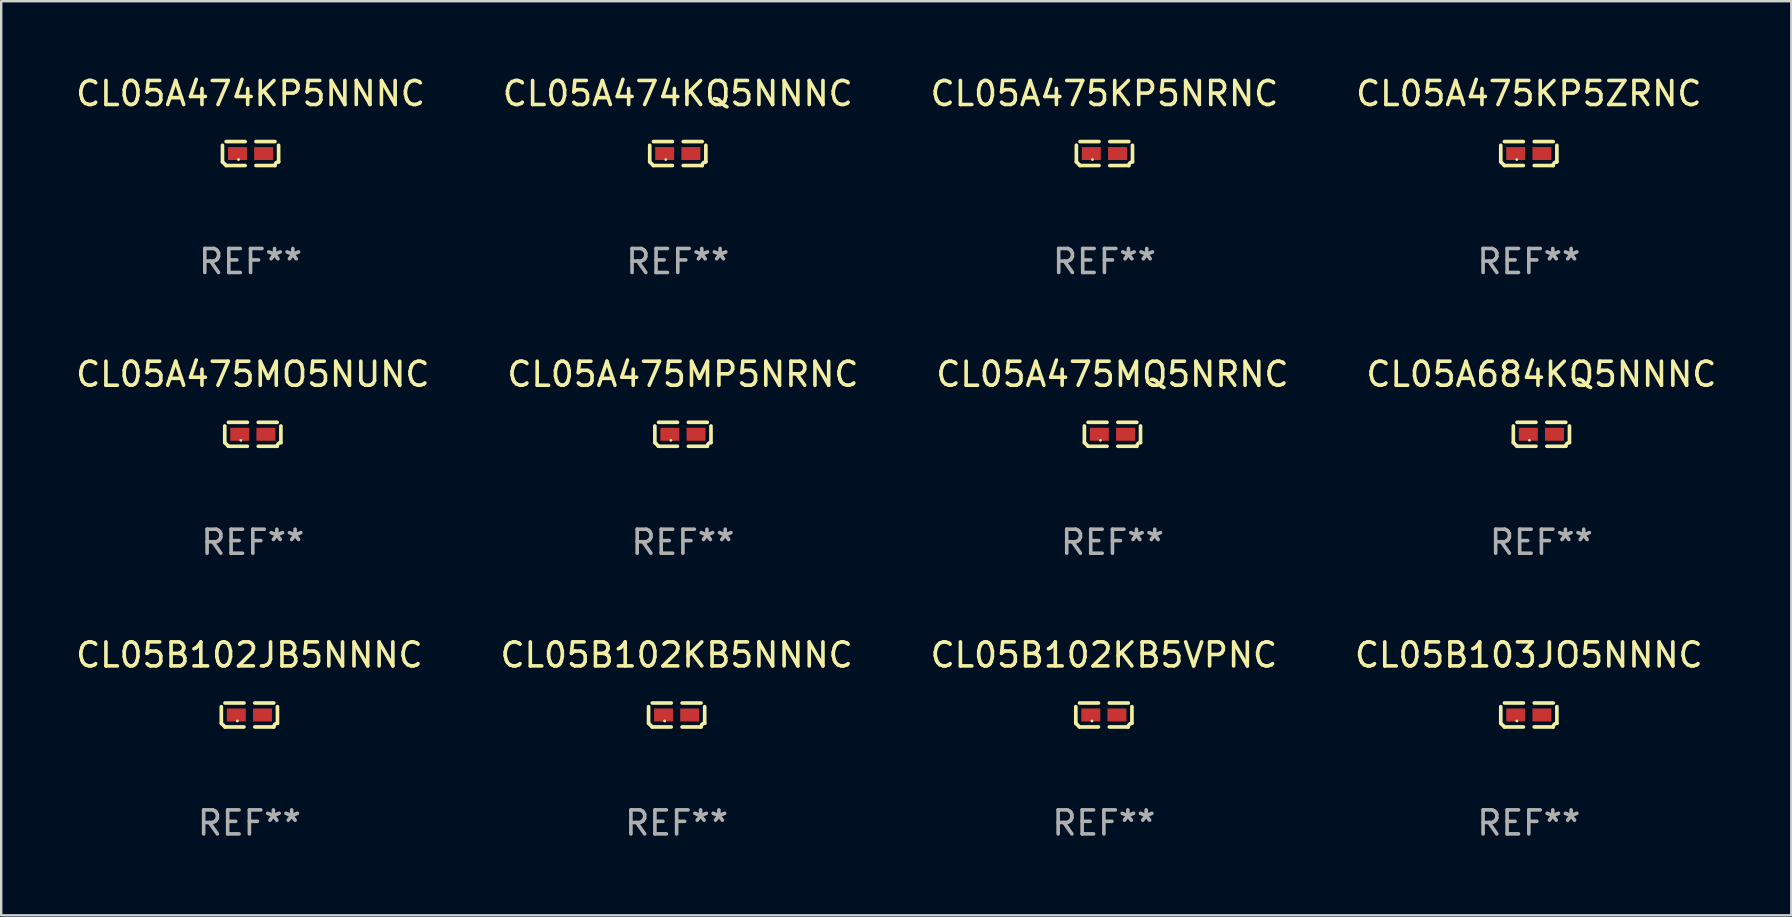
<source format=kicad_pcb>
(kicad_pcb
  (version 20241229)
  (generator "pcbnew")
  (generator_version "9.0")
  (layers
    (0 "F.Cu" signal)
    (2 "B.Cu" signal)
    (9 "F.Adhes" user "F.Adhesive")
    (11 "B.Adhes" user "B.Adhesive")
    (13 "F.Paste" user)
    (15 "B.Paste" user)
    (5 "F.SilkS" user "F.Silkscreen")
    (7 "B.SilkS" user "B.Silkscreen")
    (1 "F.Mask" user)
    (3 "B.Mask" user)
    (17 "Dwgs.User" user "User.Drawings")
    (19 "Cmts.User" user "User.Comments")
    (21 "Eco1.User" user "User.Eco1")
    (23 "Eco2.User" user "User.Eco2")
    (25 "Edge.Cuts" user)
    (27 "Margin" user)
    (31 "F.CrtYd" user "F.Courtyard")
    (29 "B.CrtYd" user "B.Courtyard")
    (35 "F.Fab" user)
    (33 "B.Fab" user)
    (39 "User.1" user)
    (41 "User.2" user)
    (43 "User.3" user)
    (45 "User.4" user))
  (footprint "CL05A475KP5NRNC"
    (layer "F.Cu")
    (at 42.958 3.347)
    (property "Reference" "CL05A475KP5NRNC" (at 0 -2.499 0) (layer "F.SilkS") (effects (font (size 1 1) (thickness 0.15))))
    (attr through_hole)
    (fp_line (start -1.169 0.346) (end -1.169 -0.346) (stroke (width 0.152) (type solid)) (layer "F.SilkS"))
    (fp_line (start -1.016 -0.499) (end -0.226 -0.499) (stroke (width 0.152) (type solid)) (layer "F.SilkS"))
    (fp_line (start -0.226 0.499) (end -1.016 0.499) (stroke (width 0.152) (type solid)) (layer "F.SilkS"))
    (fp_line (start 0.226 0.499) (end 1.016 0.499) (stroke (width 0.152) (type solid)) (layer "F.SilkS"))
    (fp_line (start 1.016 -0.499) (end 0.226 -0.499) (stroke (width 0.152) (type solid)) (layer "F.SilkS"))
    (fp_line (start 1.169 0.346) (end 1.169 -0.346) (stroke (width 0.152) (type solid)) (layer "F.SilkS"))
    (fp_arc (start -1.016307 0.498603) (mid -1.092512 0.422405) (end -1.16871 0.3462) (stroke (width 0.1524) (type solid)) (layer "F.SilkS"))
    (fp_arc (start 1.016307 0.498603) (mid 1.060899 0.390758) (end 1.168707 0.346076) (stroke (width 0.1524) (type solid)) (layer "F.SilkS"))
    (fp_circle (center -0.5 0.25) (end -0.47 0.25) (stroke (width 0.06) (type solid)) (fill no) (layer "F.SilkS"))
    (fp_text user "REF**" (at 0 4.499 0) (layer "F.Fab") (effects (font (size 1 1) (thickness 0.15))))
    (pad "1" smd rect (at -0.545 0) (size 0.79 0.54) (layers "F.Cu" "F.Mask" "F.Paste"))
    (pad "2" smd rect (at 0.545 0) (size 0.79 0.54) (layers "F.Cu" "F.Mask" "F.Paste")))
  (footprint "CL05A475KP5ZRNC"
    (layer "F.Cu")
    (at 60.637 3.347)
    (property "Reference" "CL05A475KP5ZRNC" (at 0 -2.499 0) (layer "F.SilkS") (effects (font (size 1 1) (thickness 0.15))))
    (attr through_hole)
    (fp_line (start -1.169 0.346) (end -1.169 -0.346) (stroke (width 0.152) (type solid)) (layer "F.SilkS"))
    (fp_line (start -1.016 -0.499) (end -0.226 -0.499) (stroke (width 0.152) (type solid)) (layer "F.SilkS"))
    (fp_line (start -0.226 0.499) (end -1.016 0.499) (stroke (width 0.152) (type solid)) (layer "F.SilkS"))
    (fp_line (start 0.226 0.499) (end 1.016 0.499) (stroke (width 0.152) (type solid)) (layer "F.SilkS"))
    (fp_line (start 1.016 -0.499) (end 0.226 -0.499) (stroke (width 0.152) (type solid)) (layer "F.SilkS"))
    (fp_line (start 1.169 0.346) (end 1.169 -0.346) (stroke (width 0.152) (type solid)) (layer "F.SilkS"))
    (fp_arc (start -1.016307 0.498603) (mid -1.092512 0.422405) (end -1.16871 0.3462) (stroke (width 0.1524) (type solid)) (layer "F.SilkS"))
    (fp_arc (start 1.016307 0.498603) (mid 1.060899 0.390758) (end 1.168707 0.346076) (stroke (width 0.1524) (type solid)) (layer "F.SilkS"))
    (fp_circle (center -0.5 0.25) (end -0.47 0.25) (stroke (width 0.06) (type solid)) (fill no) (layer "F.SilkS"))
    (fp_text user "REF**" (at 0 4.499 0) (layer "F.Fab") (effects (font (size 1 1) (thickness 0.15))))
    (pad "1" smd rect (at -0.545 0) (size 0.79 0.54) (layers "F.Cu" "F.Mask" "F.Paste"))
    (pad "2" smd rect (at 0.545 0) (size 0.79 0.54) (layers "F.Cu" "F.Mask" "F.Paste")))
  (footprint "CL05B103JO5NNNC"
    (layer "F.Cu")
    (at 60.637 26.734)
    (property "Reference" "CL05B103JO5NNNC" (at 0 -2.499 0) (layer "F.SilkS") (effects (font (size 1 1) (thickness 0.15))))
    (attr through_hole)
    (fp_line (start -1.169 0.346) (end -1.169 -0.346) (stroke (width 0.152) (type solid)) (layer "F.SilkS"))
    (fp_line (start -1.016 -0.499) (end -0.226 -0.499) (stroke (width 0.152) (type solid)) (layer "F.SilkS"))
    (fp_line (start -0.226 0.499) (end -1.016 0.499) (stroke (width 0.152) (type solid)) (layer "F.SilkS"))
    (fp_line (start 0.226 0.499) (end 1.016 0.499) (stroke (width 0.152) (type solid)) (layer "F.SilkS"))
    (fp_line (start 1.016 -0.499) (end 0.226 -0.499) (stroke (width 0.152) (type solid)) (layer "F.SilkS"))
    (fp_line (start 1.169 0.346) (end 1.169 -0.346) (stroke (width 0.152) (type solid)) (layer "F.SilkS"))
    (fp_arc (start -1.016307 0.498603) (mid -1.092512 0.422405) (end -1.16871 0.3462) (stroke (width 0.1524) (type solid)) (layer "F.SilkS"))
    (fp_arc (start 1.016307 0.498603) (mid 1.060899 0.390758) (end 1.168707 0.346076) (stroke (width 0.1524) (type solid)) (layer "F.SilkS"))
    (fp_circle (center -0.5 0.25) (end -0.47 0.25) (stroke (width 0.06) (type solid)) (fill no) (layer "F.SilkS"))
    (fp_text user "REF**" (at 0 4.499 0) (layer "F.Fab") (effects (font (size 1 1) (thickness 0.15))))
    (pad "1" smd rect (at -0.545 0) (size 0.79 0.54) (layers "F.Cu" "F.Mask" "F.Paste"))
    (pad "2" smd rect (at 0.545 0) (size 0.79 0.54) (layers "F.Cu" "F.Mask" "F.Paste")))
  (footprint "CL05A475MP5NRNC"
    (layer "F.Cu")
    (at 25.399 15.041)
    (property "Reference" "CL05A475MP5NRNC" (at 0 -2.499 0) (layer "F.SilkS") (effects (font (size 1 1) (thickness 0.15))))
    (attr through_hole)
    (fp_line (start -1.169 0.346) (end -1.169 -0.346) (stroke (width 0.152) (type solid)) (layer "F.SilkS"))
    (fp_line (start -1.016 -0.499) (end -0.226 -0.499) (stroke (width 0.152) (type solid)) (layer "F.SilkS"))
    (fp_line (start -0.226 0.499) (end -1.016 0.499) (stroke (width 0.152) (type solid)) (layer "F.SilkS"))
    (fp_line (start 0.226 0.499) (end 1.016 0.499) (stroke (width 0.152) (type solid)) (layer "F.SilkS"))
    (fp_line (start 1.016 -0.499) (end 0.226 -0.499) (stroke (width 0.152) (type solid)) (layer "F.SilkS"))
    (fp_line (start 1.169 0.346) (end 1.169 -0.346) (stroke (width 0.152) (type solid)) (layer "F.SilkS"))
    (fp_arc (start -1.016307 0.498603) (mid -1.092512 0.422405) (end -1.16871 0.3462) (stroke (width 0.1524) (type solid)) (layer "F.SilkS"))
    (fp_arc (start 1.016307 0.498603) (mid 1.060899 0.390758) (end 1.168707 0.346076) (stroke (width 0.1524) (type solid)) (layer "F.SilkS"))
    (fp_circle (center -0.5 0.25) (end -0.47 0.25) (stroke (width 0.06) (type solid)) (fill no) (layer "F.SilkS"))
    (fp_text user "REF**" (at 0 4.499 0) (layer "F.Fab") (effects (font (size 1 1) (thickness 0.15))))
    (pad "1" smd rect (at -0.545 0) (size 0.79 0.54) (layers "F.Cu" "F.Mask" "F.Paste"))
    (pad "2" smd rect (at 0.545 0) (size 0.79 0.54) (layers "F.Cu" "F.Mask" "F.Paste")))
  (footprint "CL05A684KQ5NNNC"
    (layer "F.Cu")
    (at 61.161 15.041)
    (property "Reference" "CL05A684KQ5NNNC" (at 0 -2.499 0) (layer "F.SilkS") (effects (font (size 1 1) (thickness 0.15))))
    (attr through_hole)
    (fp_line (start -1.169 0.346) (end -1.169 -0.346) (stroke (width 0.152) (type solid)) (layer "F.SilkS"))
    (fp_line (start -1.016 -0.499) (end -0.226 -0.499) (stroke (width 0.152) (type solid)) (layer "F.SilkS"))
    (fp_line (start -0.226 0.499) (end -1.016 0.499) (stroke (width 0.152) (type solid)) (layer "F.SilkS"))
    (fp_line (start 0.226 0.499) (end 1.016 0.499) (stroke (width 0.152) (type solid)) (layer "F.SilkS"))
    (fp_line (start 1.016 -0.499) (end 0.226 -0.499) (stroke (width 0.152) (type solid)) (layer "F.SilkS"))
    (fp_line (start 1.169 0.346) (end 1.169 -0.346) (stroke (width 0.152) (type solid)) (layer "F.SilkS"))
    (fp_arc (start -1.016307 0.498603) (mid -1.092512 0.422405) (end -1.16871 0.3462) (stroke (width 0.1524) (type solid)) (layer "F.SilkS"))
    (fp_arc (start 1.016307 0.498603) (mid 1.060899 0.390758) (end 1.168707 0.346076) (stroke (width 0.1524) (type solid)) (layer "F.SilkS"))
    (fp_circle (center -0.5 0.25) (end -0.47 0.25) (stroke (width 0.06) (type solid)) (fill no) (layer "F.SilkS"))
    (fp_text user "REF**" (at 0 4.499 0) (layer "F.Fab") (effects (font (size 1 1) (thickness 0.15))))
    (pad "1" smd rect (at -0.545 0) (size 0.79 0.54) (layers "F.Cu" "F.Mask" "F.Paste"))
    (pad "2" smd rect (at 0.545 0) (size 0.79 0.54) (layers "F.Cu" "F.Mask" "F.Paste")))
  (footprint "CL05A475MQ5NRNC"
    (layer "F.Cu")
    (at 43.292 15.041)
    (property "Reference" "CL05A475MQ5NRNC" (at 0 -2.499 0) (layer "F.SilkS") (effects (font (size 1 1) (thickness 0.15))))
    (attr through_hole)
    (fp_line (start -1.169 0.346) (end -1.169 -0.346) (stroke (width 0.152) (type solid)) (layer "F.SilkS"))
    (fp_line (start -1.016 -0.499) (end -0.226 -0.499) (stroke (width 0.152) (type solid)) (layer "F.SilkS"))
    (fp_line (start -0.226 0.499) (end -1.016 0.499) (stroke (width 0.152) (type solid)) (layer "F.SilkS"))
    (fp_line (start 0.226 0.499) (end 1.016 0.499) (stroke (width 0.152) (type solid)) (layer "F.SilkS"))
    (fp_line (start 1.016 -0.499) (end 0.226 -0.499) (stroke (width 0.152) (type solid)) (layer "F.SilkS"))
    (fp_line (start 1.169 0.346) (end 1.169 -0.346) (stroke (width 0.152) (type solid)) (layer "F.SilkS"))
    (fp_arc (start -1.016307 0.498603) (mid -1.092512 0.422405) (end -1.16871 0.3462) (stroke (width 0.1524) (type solid)) (layer "F.SilkS"))
    (fp_arc (start 1.016307 0.498603) (mid 1.060899 0.390758) (end 1.168707 0.346076) (stroke (width 0.1524) (type solid)) (layer "F.SilkS"))
    (fp_circle (center -0.5 0.25) (end -0.47 0.25) (stroke (width 0.06) (type solid)) (fill no) (layer "F.SilkS"))
    (fp_text user "REF**" (at 0 4.499 0) (layer "F.Fab") (effects (font (size 1 1) (thickness 0.15))))
    (pad "1" smd rect (at -0.545 0) (size 0.79 0.54) (layers "F.Cu" "F.Mask" "F.Paste"))
    (pad "2" smd rect (at 0.545 0) (size 0.79 0.54) (layers "F.Cu" "F.Mask" "F.Paste")))
  (footprint "CL05B102KB5NNNC"
    (layer "F.Cu")
    (at 25.137 26.734)
    (property "Reference" "CL05B102KB5NNNC" (at 0 -2.499 0) (layer "F.SilkS") (effects (font (size 1 1) (thickness 0.15))))
    (attr through_hole)
    (fp_line (start -1.169 0.346) (end -1.169 -0.346) (stroke (width 0.152) (type solid)) (layer "F.SilkS"))
    (fp_line (start -1.016 -0.499) (end -0.226 -0.499) (stroke (width 0.152) (type solid)) (layer "F.SilkS"))
    (fp_line (start -0.226 0.499) (end -1.016 0.499) (stroke (width 0.152) (type solid)) (layer "F.SilkS"))
    (fp_line (start 0.226 0.499) (end 1.016 0.499) (stroke (width 0.152) (type solid)) (layer "F.SilkS"))
    (fp_line (start 1.016 -0.499) (end 0.226 -0.499) (stroke (width 0.152) (type solid)) (layer "F.SilkS"))
    (fp_line (start 1.169 0.346) (end 1.169 -0.346) (stroke (width 0.152) (type solid)) (layer "F.SilkS"))
    (fp_arc (start -1.016307 0.498603) (mid -1.092512 0.422405) (end -1.16871 0.3462) (stroke (width 0.1524) (type solid)) (layer "F.SilkS"))
    (fp_arc (start 1.016307 0.498603) (mid 1.060899 0.390758) (end 1.168707 0.346076) (stroke (width 0.1524) (type solid)) (layer "F.SilkS"))
    (fp_circle (center -0.5 0.25) (end -0.47 0.25) (stroke (width 0.06) (type solid)) (fill no) (layer "F.SilkS"))
    (fp_text user "REF**" (at 0 4.499 0) (layer "F.Fab") (effects (font (size 1 1) (thickness 0.15))))
    (pad "1" smd rect (at -0.545 0) (size 0.79 0.54) (layers "F.Cu" "F.Mask" "F.Paste"))
    (pad "2" smd rect (at 0.545 0) (size 0.79 0.54) (layers "F.Cu" "F.Mask" "F.Paste")))
  (footprint "CL05A475MO5NUNC"
    (layer "F.Cu")
    (at 7.482 15.041)
    (property "Reference" "CL05A475MO5NUNC" (at 0 -2.499 0) (layer "F.SilkS") (effects (font (size 1 1) (thickness 0.15))))
    (attr through_hole)
    (fp_line (start -1.169 0.346) (end -1.169 -0.346) (stroke (width 0.152) (type solid)) (layer "F.SilkS"))
    (fp_line (start -1.016 -0.499) (end -0.226 -0.499) (stroke (width 0.152) (type solid)) (layer "F.SilkS"))
    (fp_line (start -0.226 0.499) (end -1.016 0.499) (stroke (width 0.152) (type solid)) (layer "F.SilkS"))
    (fp_line (start 0.226 0.499) (end 1.016 0.499) (stroke (width 0.152) (type solid)) (layer "F.SilkS"))
    (fp_line (start 1.016 -0.499) (end 0.226 -0.499) (stroke (width 0.152) (type solid)) (layer "F.SilkS"))
    (fp_line (start 1.169 0.346) (end 1.169 -0.346) (stroke (width 0.152) (type solid)) (layer "F.SilkS"))
    (fp_arc (start -1.016307 0.498603) (mid -1.092512 0.422405) (end -1.16871 0.3462) (stroke (width 0.1524) (type solid)) (layer "F.SilkS"))
    (fp_arc (start 1.016307 0.498603) (mid 1.060899 0.390758) (end 1.168707 0.346076) (stroke (width 0.1524) (type solid)) (layer "F.SilkS"))
    (fp_circle (center -0.5 0.25) (end -0.47 0.25) (stroke (width 0.06) (type solid)) (fill no) (layer "F.SilkS"))
    (fp_text user "REF**" (at 0 4.499 0) (layer "F.Fab") (effects (font (size 1 1) (thickness 0.15))))
    (pad "1" smd rect (at -0.545 0) (size 0.79 0.54) (layers "F.Cu" "F.Mask" "F.Paste"))
    (pad "2" smd rect (at 0.545 0) (size 0.79 0.54) (layers "F.Cu" "F.Mask" "F.Paste")))
  (footprint "CL05A474KP5NNNC"
    (layer "F.Cu")
    (at 7.387 3.347)
    (property "Reference" "CL05A474KP5NNNC" (at 0 -2.499 0) (layer "F.SilkS") (effects (font (size 1 1) (thickness 0.15))))
    (attr through_hole)
    (fp_line (start -1.169 0.346) (end -1.169 -0.346) (stroke (width 0.152) (type solid)) (layer "F.SilkS"))
    (fp_line (start -1.016 -0.499) (end -0.226 -0.499) (stroke (width 0.152) (type solid)) (layer "F.SilkS"))
    (fp_line (start -0.226 0.499) (end -1.016 0.499) (stroke (width 0.152) (type solid)) (layer "F.SilkS"))
    (fp_line (start 0.226 0.499) (end 1.016 0.499) (stroke (width 0.152) (type solid)) (layer "F.SilkS"))
    (fp_line (start 1.016 -0.499) (end 0.226 -0.499) (stroke (width 0.152) (type solid)) (layer "F.SilkS"))
    (fp_line (start 1.169 0.346) (end 1.169 -0.346) (stroke (width 0.152) (type solid)) (layer "F.SilkS"))
    (fp_arc (start -1.016307 0.498603) (mid -1.092512 0.422405) (end -1.16871 0.3462) (stroke (width 0.1524) (type solid)) (layer "F.SilkS"))
    (fp_arc (start 1.016307 0.498603) (mid 1.060899 0.390758) (end 1.168707 0.346076) (stroke (width 0.1524) (type solid)) (layer "F.SilkS"))
    (fp_circle (center -0.5 0.25) (end -0.47 0.25) (stroke (width 0.06) (type solid)) (fill no) (layer "F.SilkS"))
    (fp_text user "REF**" (at 0 4.499 0) (layer "F.Fab") (effects (font (size 1 1) (thickness 0.15))))
    (pad "1" smd rect (at -0.545 0) (size 0.79 0.54) (layers "F.Cu" "F.Mask" "F.Paste"))
    (pad "2" smd rect (at 0.545 0) (size 0.79 0.54) (layers "F.Cu" "F.Mask" "F.Paste")))
  (footprint "CL05A474KQ5NNNC"
    (layer "F.Cu")
    (at 25.185 3.347)
    (property "Reference" "CL05A474KQ5NNNC" (at 0 -2.499 0) (layer "F.SilkS") (effects (font (size 1 1) (thickness 0.15))))
    (attr through_hole)
    (fp_line (start -1.169 0.346) (end -1.169 -0.346) (stroke (width 0.152) (type solid)) (layer "F.SilkS"))
    (fp_line (start -1.016 -0.499) (end -0.226 -0.499) (stroke (width 0.152) (type solid)) (layer "F.SilkS"))
    (fp_line (start -0.226 0.499) (end -1.016 0.499) (stroke (width 0.152) (type solid)) (layer "F.SilkS"))
    (fp_line (start 0.226 0.499) (end 1.016 0.499) (stroke (width 0.152) (type solid)) (layer "F.SilkS"))
    (fp_line (start 1.016 -0.499) (end 0.226 -0.499) (stroke (width 0.152) (type solid)) (layer "F.SilkS"))
    (fp_line (start 1.169 0.346) (end 1.169 -0.346) (stroke (width 0.152) (type solid)) (layer "F.SilkS"))
    (fp_arc (start -1.016307 0.498603) (mid -1.092512 0.422405) (end -1.16871 0.3462) (stroke (width 0.1524) (type solid)) (layer "F.SilkS"))
    (fp_arc (start 1.016307 0.498603) (mid 1.060899 0.390758) (end 1.168707 0.346076) (stroke (width 0.1524) (type solid)) (layer "F.SilkS"))
    (fp_circle (center -0.5 0.25) (end -0.47 0.25) (stroke (width 0.06) (type solid)) (fill no) (layer "F.SilkS"))
    (fp_text user "REF**" (at 0 4.499 0) (layer "F.Fab") (effects (font (size 1 1) (thickness 0.15))))
    (pad "1" smd rect (at -0.545 0) (size 0.79 0.54) (layers "F.Cu" "F.Mask" "F.Paste"))
    (pad "2" smd rect (at 0.545 0) (size 0.79 0.54) (layers "F.Cu" "F.Mask" "F.Paste")))
  (footprint "CL05B102KB5VPNC"
    (layer "F.Cu")
    (at 42.935 26.734)
    (property "Reference" "CL05B102KB5VPNC" (at 0 -2.499 0) (layer "F.SilkS") (effects (font (size 1 1) (thickness 0.15))))
    (attr through_hole)
    (fp_line (start -1.169 0.346) (end -1.169 -0.346) (stroke (width 0.152) (type solid)) (layer "F.SilkS"))
    (fp_line (start -1.016 -0.499) (end -0.226 -0.499) (stroke (width 0.152) (type solid)) (layer "F.SilkS"))
    (fp_line (start -0.226 0.499) (end -1.016 0.499) (stroke (width 0.152) (type solid)) (layer "F.SilkS"))
    (fp_line (start 0.226 0.499) (end 1.016 0.499) (stroke (width 0.152) (type solid)) (layer "F.SilkS"))
    (fp_line (start 1.016 -0.499) (end 0.226 -0.499) (stroke (width 0.152) (type solid)) (layer "F.SilkS"))
    (fp_line (start 1.169 0.346) (end 1.169 -0.346) (stroke (width 0.152) (type solid)) (layer "F.SilkS"))
    (fp_arc (start -1.016307 0.498603) (mid -1.092512 0.422405) (end -1.16871 0.3462) (stroke (width 0.1524) (type solid)) (layer "F.SilkS"))
    (fp_arc (start 1.016307 0.498603) (mid 1.060899 0.390758) (end 1.168707 0.346076) (stroke (width 0.1524) (type solid)) (layer "F.SilkS"))
    (fp_circle (center -0.5 0.25) (end -0.47 0.25) (stroke (width 0.06) (type solid)) (fill no) (layer "F.SilkS"))
    (fp_text user "REF**" (at 0 4.499 0) (layer "F.Fab") (effects (font (size 1 1) (thickness 0.15))))
    (pad "1" smd rect (at -0.545 0) (size 0.79 0.54) (layers "F.Cu" "F.Mask" "F.Paste"))
    (pad "2" smd rect (at 0.545 0) (size 0.79 0.54) (layers "F.Cu" "F.Mask" "F.Paste")))
  (footprint "CL05B102JB5NNNC"
    (layer "F.Cu")
    (at 7.339 26.734)
    (property "Reference" "CL05B102JB5NNNC" (at 0 -2.499 0) (layer "F.SilkS") (effects (font (size 1 1) (thickness 0.15))))
    (attr through_hole)
    (fp_line (start -1.169 0.346) (end -1.169 -0.346) (stroke (width 0.152) (type solid)) (layer "F.SilkS"))
    (fp_line (start -1.016 -0.499) (end -0.226 -0.499) (stroke (width 0.152) (type solid)) (layer "F.SilkS"))
    (fp_line (start -0.226 0.499) (end -1.016 0.499) (stroke (width 0.152) (type solid)) (layer "F.SilkS"))
    (fp_line (start 0.226 0.499) (end 1.016 0.499) (stroke (width 0.152) (type solid)) (layer "F.SilkS"))
    (fp_line (start 1.016 -0.499) (end 0.226 -0.499) (stroke (width 0.152) (type solid)) (layer "F.SilkS"))
    (fp_line (start 1.169 0.346) (end 1.169 -0.346) (stroke (width 0.152) (type solid)) (layer "F.SilkS"))
    (fp_arc (start -1.016307 0.498603) (mid -1.092512 0.422405) (end -1.16871 0.3462) (stroke (width 0.1524) (type solid)) (layer "F.SilkS"))
    (fp_arc (start 1.016307 0.498603) (mid 1.060899 0.390758) (end 1.168707 0.346076) (stroke (width 0.1524) (type solid)) (layer "F.SilkS"))
    (fp_circle (center -0.5 0.25) (end -0.47 0.25) (stroke (width 0.06) (type solid)) (fill no) (layer "F.SilkS"))
    (fp_text user "REF**" (at 0 4.499 0) (layer "F.Fab") (effects (font (size 1 1) (thickness 0.15))))
    (pad "1" smd rect (at -0.545 0) (size 0.79 0.54) (layers "F.Cu" "F.Mask" "F.Paste"))
    (pad "2" smd rect (at 0.545 0) (size 0.79 0.54) (layers "F.Cu" "F.Mask" "F.Paste")))
  (gr_rect
    (start -3 -3)
    (end 71.571 35.081)
    (stroke (width 0.1) (type default))
    (fill no)
    (layer "Edge.Cuts")))
</source>
